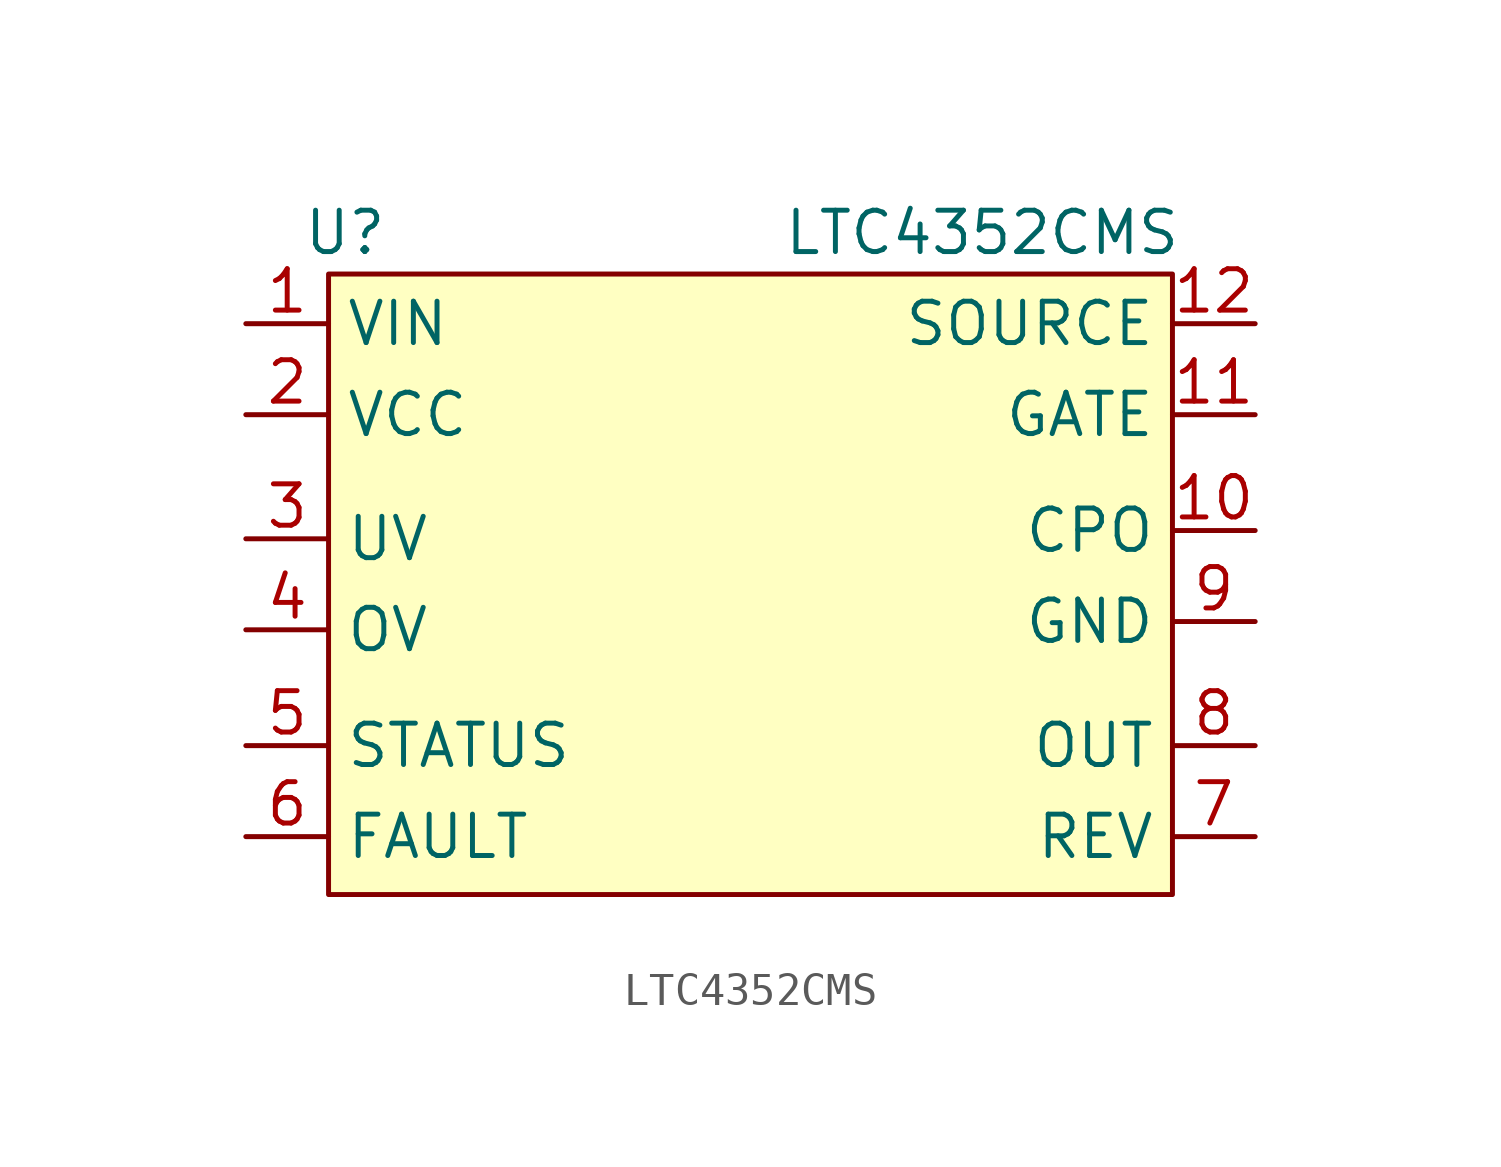
<source format=kicad_sym>
(kicad_symbol_lib
  (version 20220914)
  (generator kicad_symbol_editor)
  (symbol "LTC4352CMS"
    (property "Reference" "U"
      (at -12.192 11.684 0)
      (effects (font (size 1.27 1.27))))
    (property "Value" "LTC4352CMS"
      (at 7.366 11.684 0)
      (effects (font (size 1.27 1.27))))
    (symbol "LTC4352CMS_1_1"
      (rectangle (start -12.7 10.414) (end 13.208 -8.636) (stroke (width 0) (type default)) (fill (type background)))
      (pin power_in line (at -15.24 8.89 0) (length 2.54) (name "VIN" (effects (font (size 1.27 1.27)))) (number "1" (effects (font (size 1.27 1.27)))))
      (pin input line (at 15.748 2.54 180) (length 2.54) (name "CPO" (effects (font (size 1.27 1.27)))) (number "10" (effects (font (size 1.27 1.27)))))
      (pin output line (at 15.748 6.096 180) (length 2.54) (name "GATE" (effects (font (size 1.27 1.27)))) (number "11" (effects (font (size 1.27 1.27)))))
      (pin input line (at 15.748 8.89 180) (length 2.54) (name "SOURCE" (effects (font (size 1.27 1.27)))) (number "12" (effects (font (size 1.27 1.27)))))
      (pin power_in line (at -15.24 6.096 0) (length 2.54) (name "VCC" (effects (font (size 1.27 1.27)))) (number "2" (effects (font (size 1.27 1.27)))))
      (pin power_in line (at -15.24 2.286 0) (length 2.54) (name "UV" (effects (font (size 1.27 1.27)))) (number "3" (effects (font (size 1.27 1.27)))))
      (pin power_in line (at -15.24 -0.508 0) (length 2.54) (name "OV" (effects (font (size 1.27 1.27)))) (number "4" (effects (font (size 1.27 1.27)))))
      (pin output line (at -15.24 -4.064 0) (length 2.54) (name "STATUS" (effects (font (size 1.27 1.27)))) (number "5" (effects (font (size 1.27 1.27)))))
      (pin output line (at -15.24 -6.858 0) (length 2.54) (name "FAULT" (effects (font (size 1.27 1.27)))) (number "6" (effects (font (size 1.27 1.27)))))
      (pin input line (at 15.748 -6.858 180) (length 2.54) (name "REV" (effects (font (size 1.27 1.27)))) (number "7" (effects (font (size 1.27 1.27)))))
      (pin output line (at 15.748 -4.064 180) (length 2.54) (name "OUT" (effects (font (size 1.27 1.27)))) (number "8" (effects (font (size 1.27 1.27)))))
      (pin power_in line (at 15.748 -0.254 180) (length 2.54) (name "GND" (effects (font (size 1.27 1.27)))) (number "9" (effects (font (size 1.27 1.27))))))))
</source>
